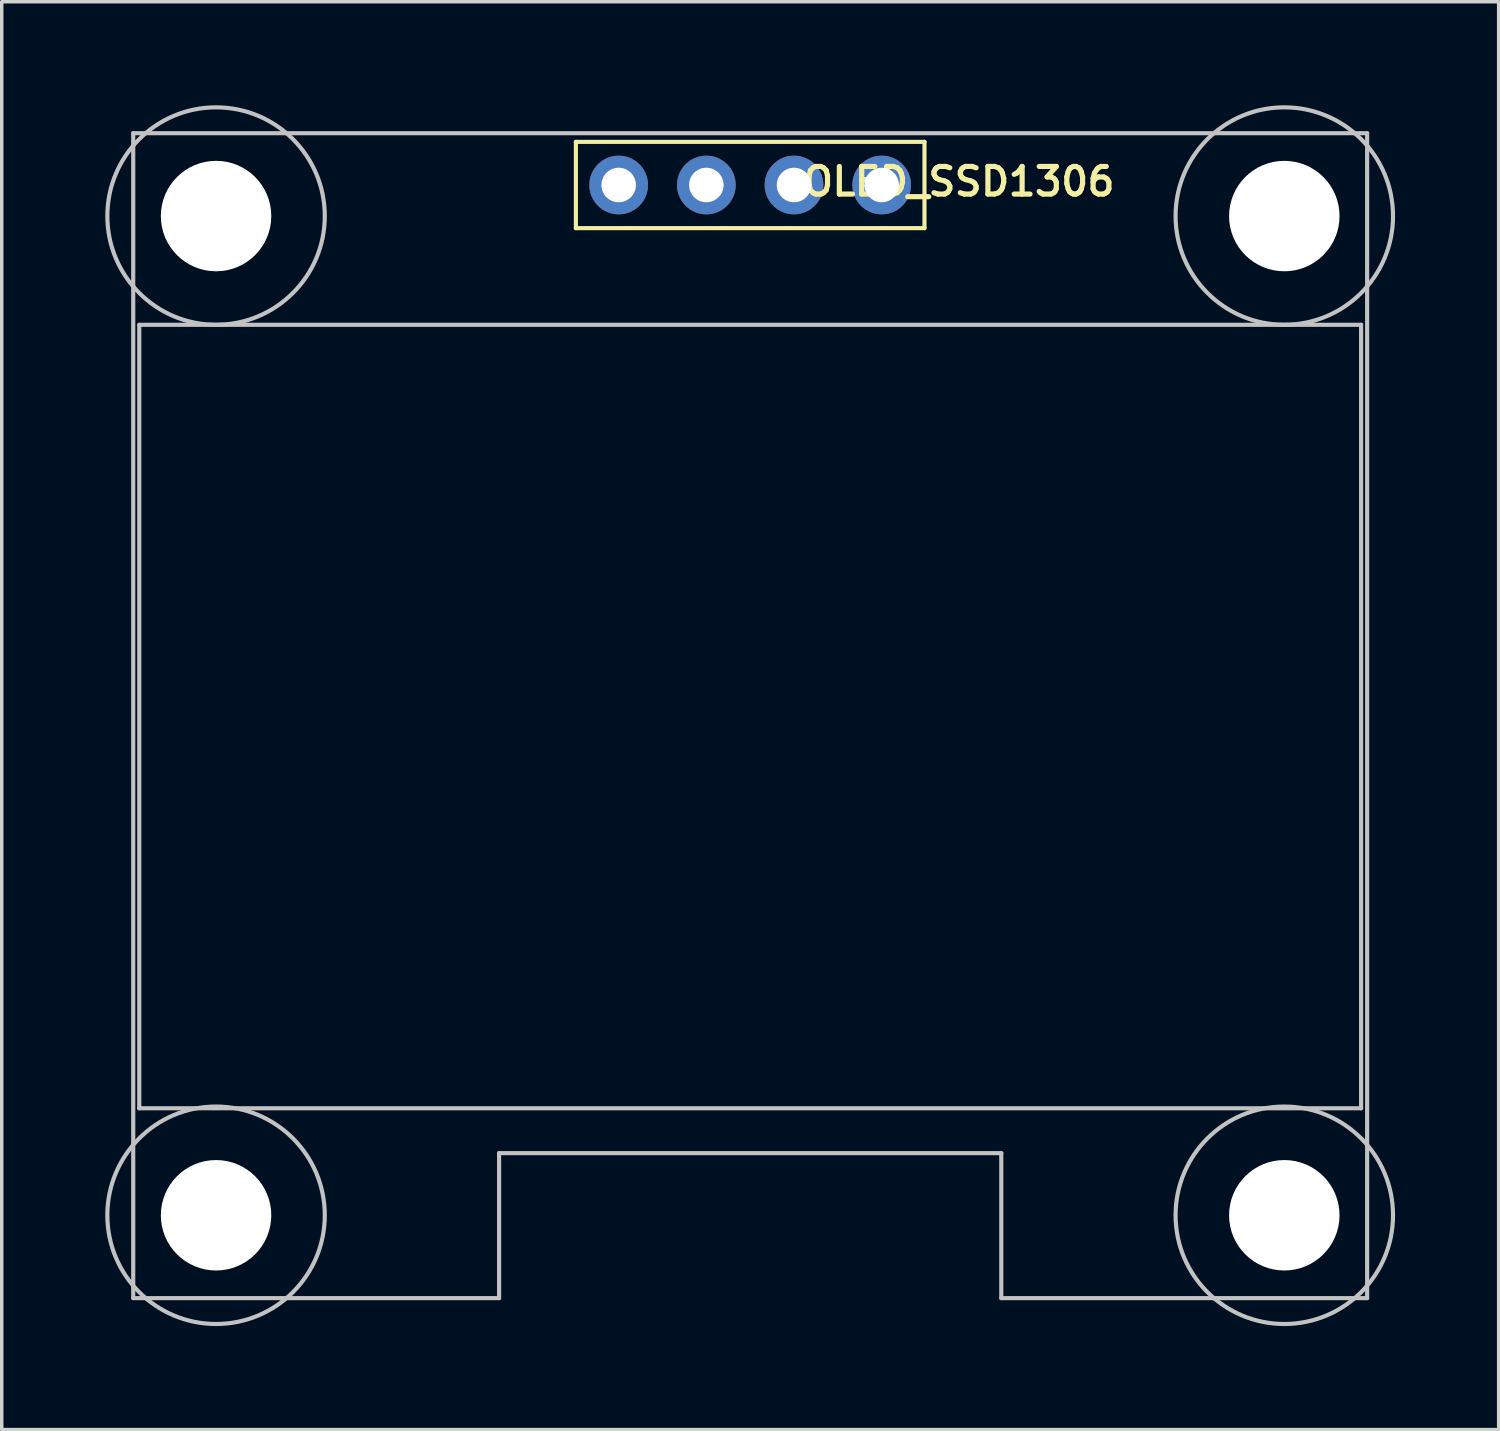
<source format=kicad_pcb>
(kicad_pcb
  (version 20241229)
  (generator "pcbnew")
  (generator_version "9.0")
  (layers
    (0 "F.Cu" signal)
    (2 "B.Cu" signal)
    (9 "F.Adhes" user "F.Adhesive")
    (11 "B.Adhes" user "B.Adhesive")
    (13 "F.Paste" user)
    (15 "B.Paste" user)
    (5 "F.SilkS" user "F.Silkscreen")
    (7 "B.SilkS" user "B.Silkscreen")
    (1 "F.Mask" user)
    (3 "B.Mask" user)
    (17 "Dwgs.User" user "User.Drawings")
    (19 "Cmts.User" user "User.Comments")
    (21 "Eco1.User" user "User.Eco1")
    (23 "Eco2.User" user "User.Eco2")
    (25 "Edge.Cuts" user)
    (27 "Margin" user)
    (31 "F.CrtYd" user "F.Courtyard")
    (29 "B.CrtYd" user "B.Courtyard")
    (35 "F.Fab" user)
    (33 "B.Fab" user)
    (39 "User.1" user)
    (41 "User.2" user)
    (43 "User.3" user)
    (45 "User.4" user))
  (footprint "OLED_SSD1306"
    (layer "F.Cu")
    (at 18.685 14.96)
    (property "Reference" "OLED_SSD1306" (at 6.05 -12.75 0) (layer "F.SilkS") (effects (font (size 0.8 0.8) (thickness 0.15))))
    (attr through_hole)
    (fp_line (start -5.05 -13.9) (end 5.05 -13.9) (stroke (width 0.12) (type solid)) (layer "F.SilkS"))
    (fp_line (start -5.05 -11.4) (end -5.05 -13.9) (stroke (width 0.12) (type solid)) (layer "F.SilkS"))
    (fp_line (start 5.05 -13.9) (end 5.05 -11.4) (stroke (width 0.12) (type solid)) (layer "F.SilkS"))
    (fp_line (start 5.05 -11.4) (end -5.05 -11.4) (stroke (width 0.12) (type solid)) (layer "F.SilkS"))
    (fp_line (start -17.875 -14.15) (end 17.875 -14.15) (stroke (width 0.12) (type solid)) (layer "Dwgs.User"))
    (fp_line (start -17.875 19.6) (end -17.875 -14.15) (stroke (width 0.12) (type solid)) (layer "Dwgs.User"))
    (fp_line (start -17.7 -8.6) (end 17.7 -8.6) (stroke (width 0.12) (type solid)) (layer "Dwgs.User"))
    (fp_line (start -17.7 14.1) (end -17.7 -8.6) (stroke (width 0.12) (type solid)) (layer "Dwgs.User"))
    (fp_line (start -7.275 19.6) (end -17.875 19.6) (stroke (width 0.12) (type solid)) (layer "Dwgs.User"))
    (fp_line (start -7.275 19.6) (end -7.275 15.4) (stroke (width 0.12) (type solid)) (layer "Dwgs.User"))
    (fp_line (start 7.275 15.4) (end -7.275 15.4) (stroke (width 0.12) (type solid)) (layer "Dwgs.User"))
    (fp_line (start 7.275 19.6) (end 7.275 15.4) (stroke (width 0.12) (type solid)) (layer "Dwgs.User"))
    (fp_line (start 17.7 -8.6) (end 17.7 14.1) (stroke (width 0.12) (type solid)) (layer "Dwgs.User"))
    (fp_line (start 17.7 14.1) (end -17.7 14.1) (stroke (width 0.12) (type solid)) (layer "Dwgs.User"))
    (fp_line (start 17.875 -14.15) (end 17.875 19.6) (stroke (width 0.12) (type solid)) (layer "Dwgs.User"))
    (fp_line (start 17.875 19.6) (end 7.275 19.6) (stroke (width 0.12) (type solid)) (layer "Dwgs.User"))
    (fp_circle (center -15.475 -11.75) (end -12.325 -11.75) (stroke (width 0.12) (type solid)) (fill no) (layer "Dwgs.User"))
    (fp_circle (center -15.475 17.2) (end -12.325 17.2) (stroke (width 0.12) (type solid)) (fill no) (layer "Dwgs.User"))
    (fp_circle (center 15.475 -11.75) (end 18.625 -11.75) (stroke (width 0.12) (type solid)) (fill no) (layer "Dwgs.User"))
    (fp_circle (center 15.475 17.2) (end 18.625 17.2) (stroke (width 0.12) (type solid)) (fill no) (layer "Dwgs.User"))
    (pad "" np_thru_hole circle (at -15.475 -11.75) (size 3.2 3.2) (drill 3.2) (layers "*.Cu" "*.Mask"))
    (pad "" np_thru_hole circle (at -15.475 17.2) (size 3.2 3.2) (drill 3.2) (layers "*.Cu"))
    (pad "" np_thru_hole circle (at 15.475 -11.75) (size 3.2 3.2) (drill 3.2) (layers "*.Cu" "*.Mask"))
    (pad "" np_thru_hole circle (at 15.475 17.2) (size 3.2 3.2) (drill 3.2) (layers "*.Cu" "*.Mask"))
    (pad "1" thru_hole circle (at -3.81 -12.65) (size 1.7 1.7) (drill 1) (layers "*.Cu" "*.Mask"))
    (pad "2" thru_hole circle (at -1.27 -12.65) (size 1.7 1.7) (drill 1) (layers "*.Cu" "*.Mask"))
    (pad "3" thru_hole circle (at 1.27 -12.65) (size 1.7 1.7) (drill 1) (layers "*.Cu" "*.Mask"))
    (pad "4" thru_hole circle (at 3.81 -12.65) (size 1.7 1.7) (drill 1) (layers "*.Cu" "*.Mask")))
  (gr_rect
    (start -3 -3)
    (end 40.37 38.37)
    (stroke (width 0.1) (type default))
    (fill no)
    (layer "Edge.Cuts")))
</source>
